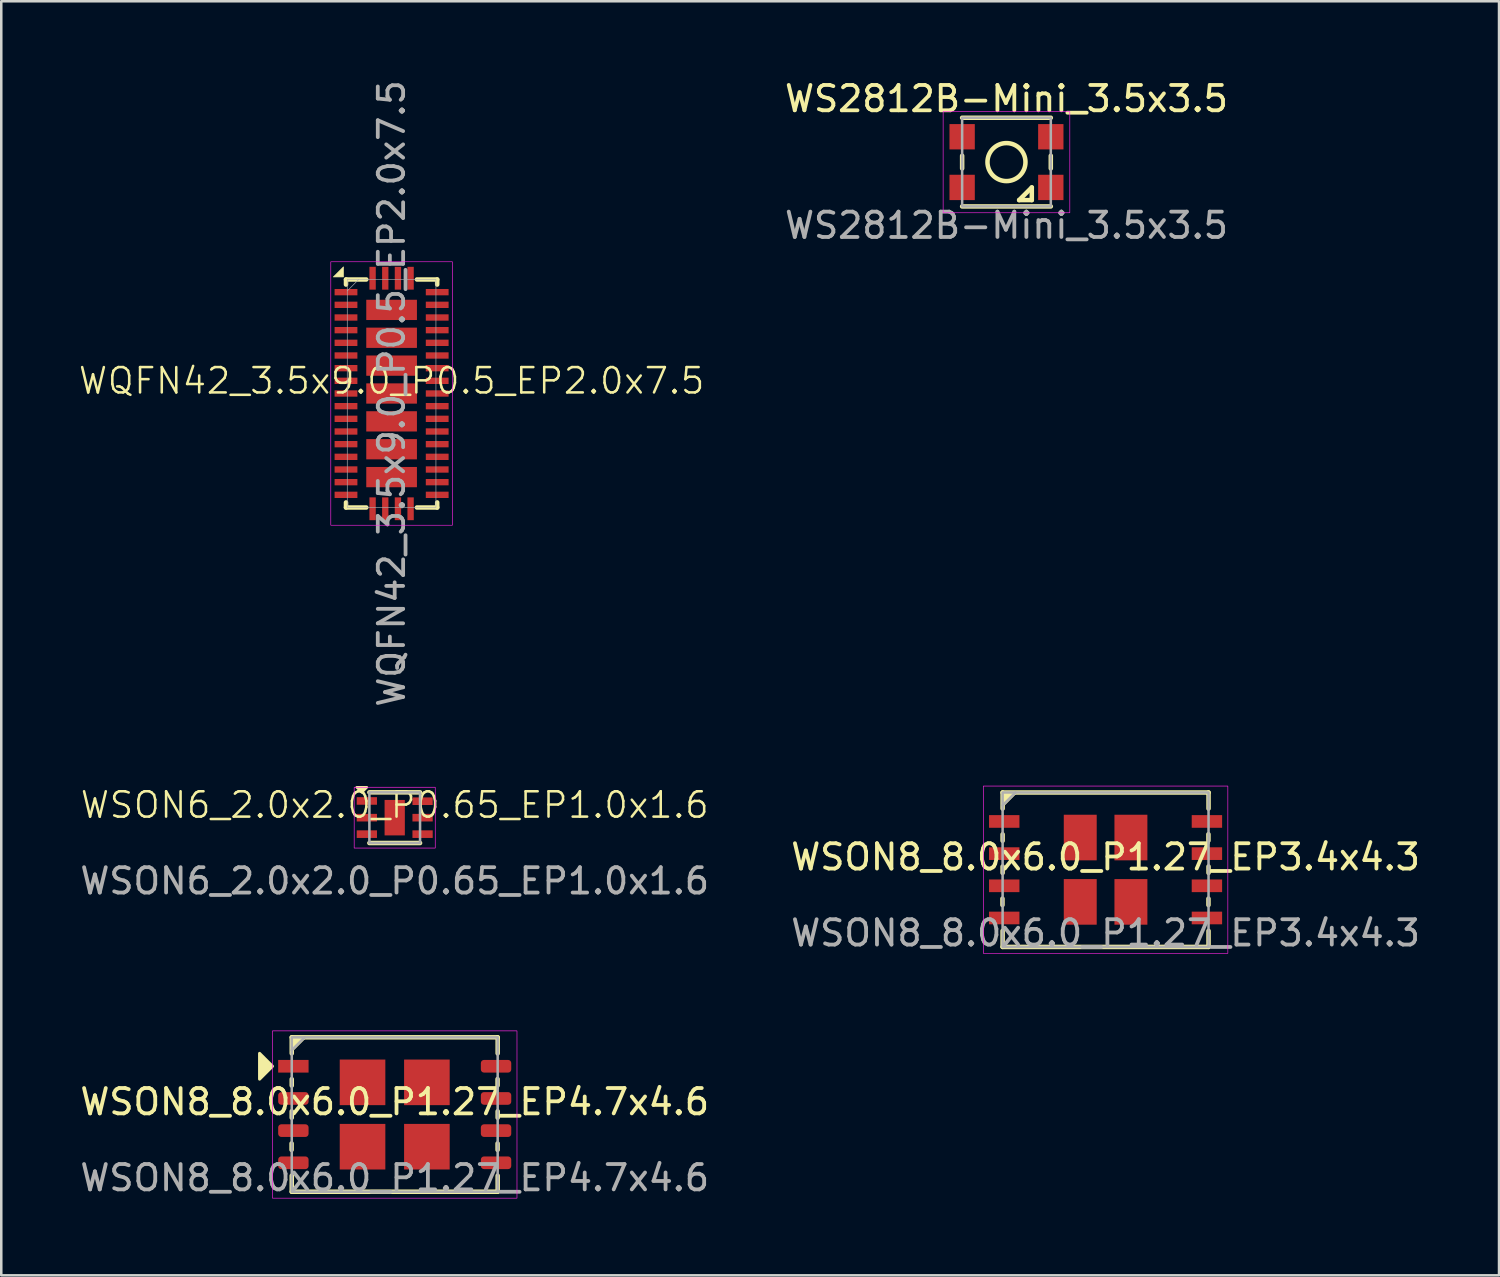
<source format=kicad_pcb>
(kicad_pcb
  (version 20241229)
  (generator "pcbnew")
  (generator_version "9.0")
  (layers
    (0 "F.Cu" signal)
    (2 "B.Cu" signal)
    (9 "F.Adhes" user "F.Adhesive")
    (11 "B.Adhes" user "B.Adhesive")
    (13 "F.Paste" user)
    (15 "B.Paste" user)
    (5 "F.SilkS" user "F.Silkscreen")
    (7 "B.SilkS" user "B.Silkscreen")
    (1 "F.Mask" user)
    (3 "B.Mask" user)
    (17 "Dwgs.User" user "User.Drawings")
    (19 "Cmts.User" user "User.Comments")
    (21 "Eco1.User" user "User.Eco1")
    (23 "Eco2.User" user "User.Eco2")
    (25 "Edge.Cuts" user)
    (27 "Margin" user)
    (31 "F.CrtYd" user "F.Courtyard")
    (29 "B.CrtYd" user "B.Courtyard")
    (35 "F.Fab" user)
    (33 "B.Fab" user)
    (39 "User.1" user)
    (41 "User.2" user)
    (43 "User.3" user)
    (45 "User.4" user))
  (footprint "WSON6_2.0x2.0_P0.65_EP1.0x1.6"
    (layer "F.Cu")
    (at 12.53 29.225)
    (property "Reference" "WSON6_2.0x2.0_P0.65_EP1.0x1.6" (at 0 -0.5 0) (unlocked yes) (layer "F.SilkS") (effects (font (size 1 1) (thickness 0.1))))
    (attr smd)
    (fp_line (start -1 -1) (end 1 -1) (stroke (width 0.178) (type solid)) (layer "F.SilkS"))
    (fp_line (start -1 1) (end 1 1) (stroke (width 0.178) (type solid)) (layer "F.SilkS"))
    (fp_poly (pts (xy -1.3 -1) (xy -1.1 -1.2) (xy -1.5 -1.2)) (stroke (width 0.1) (type solid)) (fill yes) (layer "F.SilkS"))
    (fp_rect (start -1.6 -1.2) (end 1.6 1.2) (stroke (width 0.025) (type solid)) (fill no) (layer "F.CrtYd"))
    (fp_rect (start -1 -1) (end 1 1) (stroke (width 0.1) (type default)) (fill no) (layer "F.Fab"))
    (fp_text user "${REFERENCE}" (at 0 2.5 0) (unlocked yes) (layer "F.Fab") (effects (font (size 1 1) (thickness 0.15))))
    (pad "1" smd rect (at -1.1 -0.66) (size 0.8 0.3) (layers "F.Cu" "F.Mask" "F.Paste"))
    (pad "2" smd rect (at -1.1 0) (size 0.8 0.3) (layers "F.Cu" "F.Mask" "F.Paste"))
    (pad "3" smd rect (at -1.1 0.65) (size 0.8 0.3) (layers "F.Cu" "F.Mask" "F.Paste"))
    (pad "4" smd rect (at 1.1 0.65) (size 0.8 0.3) (layers "F.Cu" "F.Mask" "F.Paste"))
    (pad "5" smd rect (at 1.1 0) (size 0.8 0.3) (layers "F.Cu" "F.Mask" "F.Paste"))
    (pad "6" smd rect (at 1.1 -0.65) (size 0.8 0.3) (layers "F.Cu" "F.Mask" "F.Paste"))
    (pad "7" smd rect (at 0 0) (size 0.8 1.4) (layers "F.Cu" "F.Mask" "F.Paste")))
  (footprint "WQFN42_3.5x9.0_P0.5_EP2.0x7.5"
    (layer "F.Cu")
    (at 12.407 12.482)
    (property "Reference" "WQFN42_3.5x9.0_P0.5_EP2.0x7.5" (at 0 -0.5 0) (unlocked yes) (layer "F.SilkS") (effects (font (size 1 1) (thickness 0.1))))
    (attr smd)
    (fp_line (start -1.8 -4.5) (end -1.8 -4.3) (stroke (width 0.178) (type default)) (layer "F.SilkS"))
    (fp_line (start -1.8 4.3) (end -1.8 4.5) (stroke (width 0.178) (type default)) (layer "F.SilkS"))
    (fp_line (start -1 -4.5) (end -1.8 -4.5) (stroke (width 0.178) (type default)) (layer "F.SilkS"))
    (fp_line (start -1 4.5) (end -1.8 4.5) (stroke (width 0.178) (type default)) (layer "F.SilkS"))
    (fp_line (start 1.8 -4.5) (end 1 -4.5) (stroke (width 0.178) (type default)) (layer "F.SilkS"))
    (fp_line (start 1.8 -4.5) (end 1.8 -4.3) (stroke (width 0.178) (type default)) (layer "F.SilkS"))
    (fp_line (start 1.8 4.3) (end 1.8 4.5) (stroke (width 0.178) (type default)) (layer "F.SilkS"))
    (fp_line (start 1.8 4.5) (end 1 4.5) (stroke (width 0.178) (type default)) (layer "F.SilkS"))
    (fp_poly (pts (xy -2.3 -4.6) (xy -1.9 -4.6) (xy -1.9 -5)) (stroke (width 0.025) (type solid)) (fill yes) (layer "F.SilkS"))
    (fp_rect (start -2.4 5.2) (end 2.4 -5.2) (stroke (width 0.025) (type default)) (fill no) (layer "F.CrtYd"))
    (fp_line (start -1.3 -4.5) (end -1.75 -4.05) (stroke (width 0.025) (type default)) (layer "F.Fab"))
    (fp_rect (start -1.75 -4.5) (end 1.75 4.5) (stroke (width 0.025) (type default)) (fill no) (layer "F.Fab"))
    (fp_text user "${REFERENCE}" (at 0 0 90) (unlocked yes) (layer "F.Fab") (effects (font (size 1 1) (thickness 0.15))))
    (pad "1" smd rect (at -1.8 -4) (size 0.9 0.25) (layers "F.Cu" "F.Mask" "F.Paste"))
    (pad "2" smd rect (at -1.8 -3.5) (size 0.9 0.25) (layers "F.Cu" "F.Mask" "F.Paste"))
    (pad "3" smd rect (at -1.8 -3) (size 0.9 0.25) (layers "F.Cu" "F.Mask" "F.Paste"))
    (pad "4" smd rect (at -1.8 -2.5) (size 0.9 0.25) (layers "F.Cu" "F.Mask" "F.Paste"))
    (pad "5" smd rect (at -1.8 -2) (size 0.9 0.25) (layers "F.Cu" "F.Mask" "F.Paste"))
    (pad "6" smd rect (at -1.8 -1.5) (size 0.9 0.25) (layers "F.Cu" "F.Mask" "F.Paste"))
    (pad "7" smd rect (at -1.8 -1) (size 0.9 0.25) (layers "F.Cu" "F.Mask" "F.Paste"))
    (pad "8" smd rect (at -1.8 -0.5) (size 0.9 0.25) (layers "F.Cu" "F.Mask" "F.Paste"))
    (pad "9" smd rect (at -1.8 0) (size 0.9 0.25) (layers "F.Cu" "F.Mask" "F.Paste"))
    (pad "10" smd rect (at -1.8 0.5) (size 0.9 0.25) (layers "F.Cu" "F.Mask" "F.Paste"))
    (pad "11" smd rect (at -1.8 1) (size 0.9 0.25) (layers "F.Cu" "F.Mask" "F.Paste"))
    (pad "12" smd rect (at -1.8 1.5) (size 0.9 0.25) (layers "F.Cu" "F.Mask" "F.Paste"))
    (pad "13" smd rect (at -1.8 2) (size 0.9 0.25) (layers "F.Cu" "F.Mask" "F.Paste"))
    (pad "14" smd rect (at -1.8 2.5) (size 0.9 0.25) (layers "F.Cu" "F.Mask" "F.Paste"))
    (pad "15" smd rect (at -1.8 3) (size 0.9 0.25) (layers "F.Cu" "F.Mask" "F.Paste"))
    (pad "16" smd rect (at -1.8 3.5) (size 0.9 0.25) (layers "F.Cu" "F.Mask" "F.Paste"))
    (pad "17" smd rect (at -1.8 4) (size 0.9 0.25) (layers "F.Cu" "F.Mask" "F.Paste"))
    (pad "18" smd rect (at -0.75 4.55) (size 0.25 0.9) (layers "F.Cu" "F.Mask" "F.Paste"))
    (pad "19" smd rect (at -0.25 4.55) (size 0.25 0.9) (layers "F.Cu" "F.Mask" "F.Paste"))
    (pad "20" smd rect (at 0.25 4.55) (size 0.25 0.9) (layers "F.Cu" "F.Mask" "F.Paste"))
    (pad "21" smd rect (at 0.75 4.55) (size 0.25 0.9) (layers "F.Cu" "F.Mask" "F.Paste"))
    (pad "22" smd rect (at 1.8 4) (size 0.9 0.25) (layers "F.Cu" "F.Mask" "F.Paste"))
    (pad "23" smd rect (at 1.8 3.5) (size 0.9 0.25) (layers "F.Cu" "F.Mask" "F.Paste"))
    (pad "24" smd rect (at 1.8 3) (size 0.9 0.25) (layers "F.Cu" "F.Mask" "F.Paste"))
    (pad "25" smd rect (at 1.8 2.5) (size 0.9 0.25) (layers "F.Cu" "F.Mask" "F.Paste"))
    (pad "26" smd rect (at 1.8 2) (size 0.9 0.25) (layers "F.Cu" "F.Mask" "F.Paste"))
    (pad "27" smd rect (at 1.8 1.5) (size 0.9 0.25) (layers "F.Cu" "F.Mask" "F.Paste"))
    (pad "28" smd rect (at 1.8 1) (size 0.9 0.25) (layers "F.Cu" "F.Mask" "F.Paste"))
    (pad "29" smd rect (at 1.8 0.5) (size 0.9 0.25) (layers "F.Cu" "F.Mask" "F.Paste"))
    (pad "30" smd rect (at 1.8 0) (size 0.9 0.25) (layers "F.Cu" "F.Mask" "F.Paste"))
    (pad "31" smd rect (at 1.8 -0.5) (size 0.9 0.25) (layers "F.Cu" "F.Mask" "F.Paste"))
    (pad "32" smd rect (at 1.8 -1) (size 0.9 0.25) (layers "F.Cu" "F.Mask" "F.Paste"))
    (pad "33" smd rect (at 1.8 -1.5) (size 0.9 0.25) (layers "F.Cu" "F.Mask" "F.Paste"))
    (pad "34" smd rect (at 1.8 -2) (size 0.9 0.25) (layers "F.Cu" "F.Mask" "F.Paste"))
    (pad "35" smd rect (at 1.8 -2.5) (size 0.9 0.25) (layers "F.Cu" "F.Mask" "F.Paste"))
    (pad "36" smd rect (at 1.8 -3) (size 0.9 0.25) (layers "F.Cu" "F.Mask" "F.Paste"))
    (pad "37" smd rect (at 1.8 -3.5) (size 0.9 0.25) (layers "F.Cu" "F.Mask" "F.Paste"))
    (pad "38" smd rect (at 1.8 -4) (size 0.9 0.25) (layers "F.Cu" "F.Mask" "F.Paste"))
    (pad "39" smd rect (at 0.75 -4.55) (size 0.25 0.9) (layers "F.Cu" "F.Mask" "F.Paste"))
    (pad "40" smd rect (at 0.25 -4.55) (size 0.25 0.9) (layers "F.Cu" "F.Mask" "F.Paste"))
    (pad "41" smd rect (at -0.25 -4.55) (size 0.25 0.9) (layers "F.Cu" "F.Mask" "F.Paste"))
    (pad "42" smd rect (at -0.75 -4.55) (size 0.25 0.9) (layers "F.Cu" "F.Mask" "F.Paste"))
    (pad "43" smd rect (at 0 -3.3) (size 2 0.8) (layers "F.Cu" "F.Mask" "F.Paste"))
    (pad "43" smd rect (at 0 -2.2) (size 2 0.8) (layers "F.Cu" "F.Mask" "F.Paste"))
    (pad "43" smd rect (at 0 -1.1) (size 2 0.8) (layers "F.Cu" "F.Mask" "F.Paste"))
    (pad "43" smd rect (at 0 0) (size 2 0.8) (layers "F.Cu" "F.Mask" "F.Paste"))
    (pad "43" smd rect (at 0 1.1) (size 2 0.8) (layers "F.Cu" "F.Mask" "F.Paste"))
    (pad "43" smd rect (at 0 2.2) (size 2 0.8) (layers "F.Cu" "F.Mask" "F.Paste"))
    (pad "43" smd rect (at 0 3.3) (size 2 0.8) (layers "F.Cu" "F.Mask" "F.Paste")))
  (footprint "WSON8_8.0x6.0_P1.27_EP3.4x4.3"
    (layer "F.Cu")
    (at 40.589 31.279)
    (property "Reference" "WSON8_8.0x6.0_P1.27_EP3.4x4.3" (at 0 -0.5 0) (unlocked yes) (layer "F.SilkS") (effects (font (size 1 1) (thickness 0.15))))
    (attr smd)
    (fp_line (start -4.07 1.141) (end -4.07 1.395) (stroke (width 0.178) (type solid)) (layer "F.SilkS"))
    (fp_line (start -4.064 -3.048) (end 4.064 -3.048) (stroke (width 0.178) (type solid)) (layer "F.SilkS"))
    (fp_line (start -4.064 -2.413) (end -4.064 -3.048) (stroke (width 0.178) (type solid)) (layer "F.SilkS"))
    (fp_line (start -4.064 -1.397) (end -4.064 -1.143) (stroke (width 0.178) (type solid)) (layer "F.SilkS"))
    (fp_line (start -4.064 -0.127) (end -4.064 0.127) (stroke (width 0.178) (type solid)) (layer "F.SilkS"))
    (fp_line (start -4.064 2.413) (end -4.064 3.048) (stroke (width 0.178) (type solid)) (layer "F.SilkS"))
    (fp_line (start -4.064 3.048) (end 4.064 3.048) (stroke (width 0.178) (type solid)) (layer "F.SilkS"))
    (fp_line (start 4.06 -1.401) (end 4.06 -1.147) (stroke (width 0.178) (type solid)) (layer "F.SilkS"))
    (fp_line (start 4.061 1.142) (end 4.061 1.396) (stroke (width 0.178) (type solid)) (layer "F.SilkS"))
    (fp_line (start 4.064 -0.128) (end 4.064 0.126) (stroke (width 0.178) (type solid)) (layer "F.SilkS"))
    (fp_line (start 4.064 -3.048) (end 4.064 -2.413) (stroke (width 0.178) (type solid)) (layer "F.SilkS"))
    (fp_line (start 4.064 3.048) (end 4.064 2.413) (stroke (width 0.178) (type solid)) (layer "F.SilkS"))
    (fp_poly (pts (xy -4.064 -2.54) (xy -4.064 -3.048) (xy -3.556 -3.048)) (stroke (width 0.12) (type solid)) (fill yes) (layer "F.SilkS"))
    (fp_rect (start -4.826 -3.302) (end 4.826 3.302) (stroke (width 0.025) (type solid)) (fill no) (layer "F.CrtYd"))
    (fp_line (start -4.064 -2.54) (end -3.556 -3.048) (stroke (width 0.1) (type solid)) (layer "F.Fab"))
    (fp_rect (start -4.064 -3.048) (end 4.064 3.048) (stroke (width 0.1) (type solid)) (fill no) (layer "F.Fab"))
    (fp_text user "${REFERENCE}" (at 0 2.5 0) (unlocked yes) (layer "F.Fab") (effects (font (size 1 1) (thickness 0.15))))
    (pad "1" smd rect (at -4 -1.905) (size 1.2 0.5) (layers "F.Cu" "F.Mask" "F.Paste"))
    (pad "2" smd rect (at -4 -0.635) (size 1.2 0.5) (layers "F.Cu" "F.Mask" "F.Paste"))
    (pad "3" smd rect (at -4 0.635) (size 1.2 0.5) (layers "F.Cu" "F.Mask" "F.Paste"))
    (pad "4" smd rect (at -4 1.905) (size 1.2 0.5) (layers "F.Cu" "F.Mask" "F.Paste"))
    (pad "5" smd rect (at 4 1.905) (size 1.2 0.5) (layers "F.Cu" "F.Mask" "F.Paste"))
    (pad "6" smd rect (at 4 0.635) (size 1.2 0.5) (layers "F.Cu" "F.Mask" "F.Paste"))
    (pad "7" smd rect (at 4 -0.635) (size 1.2 0.5) (layers "F.Cu" "F.Mask" "F.Paste"))
    (pad "8" smd rect (at 4 -1.905) (size 1.2 0.5) (layers "F.Cu" "F.Mask" "F.Paste"))
    (pad "9" smd rect (at -1 -1.27) (size 1.3 1.8) (layers "F.Cu" "F.Mask" "F.Paste"))
    (pad "9" smd rect (at -1 1.27) (size 1.3 1.8) (layers "F.Cu" "F.Mask" "F.Paste"))
    (pad "9" smd rect (at 1 -1.27) (size 1.3 1.8) (layers "F.Cu" "F.Mask" "F.Paste"))
    (pad "9" smd rect (at 1 1.27) (size 1.3 1.8) (layers "F.Cu" "F.Mask" "F.Paste")))
  (footprint "WS2812B-Mini_3.5x3.5"
    (layer "F.Cu")
    (at 36.677 3.348)
    (property "Reference" "WS2812B-Mini_3.5x3.5" (at 0 -2.5 0) (unlocked yes) (layer "F.SilkS") (effects (font (size 1 1) (thickness 0.15))))
    (attr smd)
    (fp_line (start -1.75 -1.75) (end 1.75 -1.75) (stroke (width 0.178) (type solid)) (layer "F.SilkS"))
    (fp_line (start -1.75 -0.25) (end -1.75 0.25) (stroke (width 0.178) (type solid)) (layer "F.SilkS"))
    (fp_line (start -1.75 1.75) (end 1.75 1.75) (stroke (width 0.178) (type solid)) (layer "F.SilkS"))
    (fp_line (start 0.5 1.5) (end 1 1) (stroke (width 0.178) (type solid)) (layer "F.SilkS"))
    (fp_line (start 1 1) (end 1 1.5) (stroke (width 0.178) (type solid)) (layer "F.SilkS"))
    (fp_line (start 1 1.5) (end 0.5 1.5) (stroke (width 0.178) (type solid)) (layer "F.SilkS"))
    (fp_line (start 1.75 -0.25) (end 1.75 0.25) (stroke (width 0.178) (type solid)) (layer "F.SilkS"))
    (fp_circle (center 0 0) (end 0.75 0) (stroke (width 0.178) (type solid)) (fill no) (layer "F.SilkS"))
    (fp_rect (start -2.5 -2) (end 2.5 2) (stroke (width 0.025) (type solid)) (fill no) (layer "F.CrtYd"))
    (fp_rect (start -1.75 -1.75) (end 1.75 1.75) (stroke (width 0.1) (type solid)) (fill no) (layer "F.Fab"))
    (fp_text user "${REFERENCE}" (at 0 2.5 0) (unlocked yes) (layer "F.Fab") (effects (font (size 1 1) (thickness 0.15))))
    (pad "1" smd rect (at -1.75 -1) (size 1 1) (layers "F.Cu" "F.Mask" "F.Paste"))
    (pad "2" smd rect (at -1.75 1) (size 1 1) (layers "F.Cu" "F.Mask" "F.Paste"))
    (pad "3" smd rect (at 1.75 1) (size 1 1) (layers "F.Cu" "F.Mask" "F.Paste"))
    (pad "4" smd rect (at 1.75 -1) (size 1 1) (layers "F.Cu" "F.Mask" "F.Paste")))
  (footprint "WSON8_8.0x6.0_P1.27_EP4.7x4.6"
    (layer "F.Cu")
    (at 12.53 40.942)
    (property "Reference" "WSON8_8.0x6.0_P1.27_EP4.7x4.6" (at 0 -0.5 0) (unlocked yes) (layer "F.SilkS") (effects (font (size 1 1) (thickness 0.15))))
    (attr smd)
    (fp_line (start -4.07 1.141) (end -4.07 1.395) (stroke (width 0.178) (type solid)) (layer "F.SilkS"))
    (fp_line (start -4.064 -3.048) (end 4.064 -3.048) (stroke (width 0.178) (type solid)) (layer "F.SilkS"))
    (fp_line (start -4.064 -2.413) (end -4.064 -3.048) (stroke (width 0.178) (type solid)) (layer "F.SilkS"))
    (fp_line (start -4.064 -1.397) (end -4.064 -1.143) (stroke (width 0.178) (type solid)) (layer "F.SilkS"))
    (fp_line (start -4.064 -0.127) (end -4.064 0.127) (stroke (width 0.178) (type solid)) (layer "F.SilkS"))
    (fp_line (start -4.064 2.413) (end -4.064 3.048) (stroke (width 0.178) (type solid)) (layer "F.SilkS"))
    (fp_line (start -4.064 3.048) (end 4.064 3.048) (stroke (width 0.178) (type solid)) (layer "F.SilkS"))
    (fp_line (start 4.06 -1.401) (end 4.06 -1.147) (stroke (width 0.178) (type solid)) (layer "F.SilkS"))
    (fp_line (start 4.061 1.142) (end 4.061 1.396) (stroke (width 0.178) (type solid)) (layer "F.SilkS"))
    (fp_line (start 4.064 -0.128) (end 4.064 0.126) (stroke (width 0.178) (type solid)) (layer "F.SilkS"))
    (fp_line (start 4.064 -3.048) (end 4.064 -2.413) (stroke (width 0.178) (type solid)) (layer "F.SilkS"))
    (fp_line (start 4.064 3.048) (end 4.064 2.413) (stroke (width 0.178) (type solid)) (layer "F.SilkS"))
    (fp_poly (pts (xy -4.826 -1.905) (xy -5.334 -1.397) (xy -5.334 -2.413)) (stroke (width 0.12) (type solid)) (fill yes) (layer "F.SilkS"))
    (fp_poly (pts (xy -4.064 -2.54) (xy -4.064 -3.048) (xy -3.556 -3.048)) (stroke (width 0.12) (type solid)) (fill yes) (layer "F.SilkS"))
    (fp_rect (start -4.826 -3.302) (end 4.826 3.302) (stroke (width 0.025) (type solid)) (fill no) (layer "F.CrtYd"))
    (fp_line (start -4.064 -2.54) (end -3.556 -3.048) (stroke (width 0.1) (type solid)) (layer "F.Fab"))
    (fp_rect (start -4.064 -3.048) (end 4.064 3.048) (stroke (width 0.1) (type solid)) (fill no) (layer "F.Fab"))
    (fp_text user "${REFERENCE}" (at 0 2.5 0) (unlocked yes) (layer "F.Fab") (effects (font (size 1 1) (thickness 0.15))))
    (pad "1" smd rect (at -4 -1.905) (size 1.2 0.5) (layers "F.Cu" "F.Mask" "F.Paste"))
    (pad "2" smd roundrect (at -4 -0.635) (size 1.2 0.5) (layers "F.Cu" "F.Mask" "F.Paste") (roundrect_rratio 0.25))
    (pad "3" smd roundrect (at -4 0.635) (size 1.2 0.5) (layers "F.Cu" "F.Mask" "F.Paste") (roundrect_rratio 0.25))
    (pad "4" smd roundrect (at -4 1.905) (size 1.2 0.5) (layers "F.Cu" "F.Mask" "F.Paste") (roundrect_rratio 0.25))
    (pad "5" smd roundrect (at 4 1.905) (size 1.2 0.5) (layers "F.Cu" "F.Mask" "F.Paste") (roundrect_rratio 0.25))
    (pad "6" smd roundrect (at 4 0.635) (size 1.2 0.5) (layers "F.Cu" "F.Mask" "F.Paste") (roundrect_rratio 0.25))
    (pad "7" smd roundrect (at 4 -0.635) (size 1.2 0.5) (layers "F.Cu" "F.Mask" "F.Paste") (roundrect_rratio 0.25))
    (pad "8" smd roundrect (at 4 -1.905) (size 1.2 0.5) (layers "F.Cu" "F.Mask" "F.Paste") (roundrect_rratio 0.25))
    (pad "9" smd rect (at -1.27 -1.27) (size 1.8 1.8) (layers "F.Cu" "F.Mask" "F.Paste"))
    (pad "9" smd rect (at -1.27 1.27) (size 1.8 1.8) (layers "F.Cu" "F.Mask" "F.Paste"))
    (pad "9" smd rect (at 1.27 -1.27) (size 1.8 1.8) (layers "F.Cu" "F.Mask" "F.Paste"))
    (pad "9" smd rect (at 1.27 1.27) (size 1.8 1.8) (layers "F.Cu" "F.Mask" "F.Paste")))
  (gr_rect
    (start -3 -3)
    (end 56.119 47.29)
    (stroke (width 0.1) (type default))
    (fill no)
    (layer "Edge.Cuts")))
</source>
